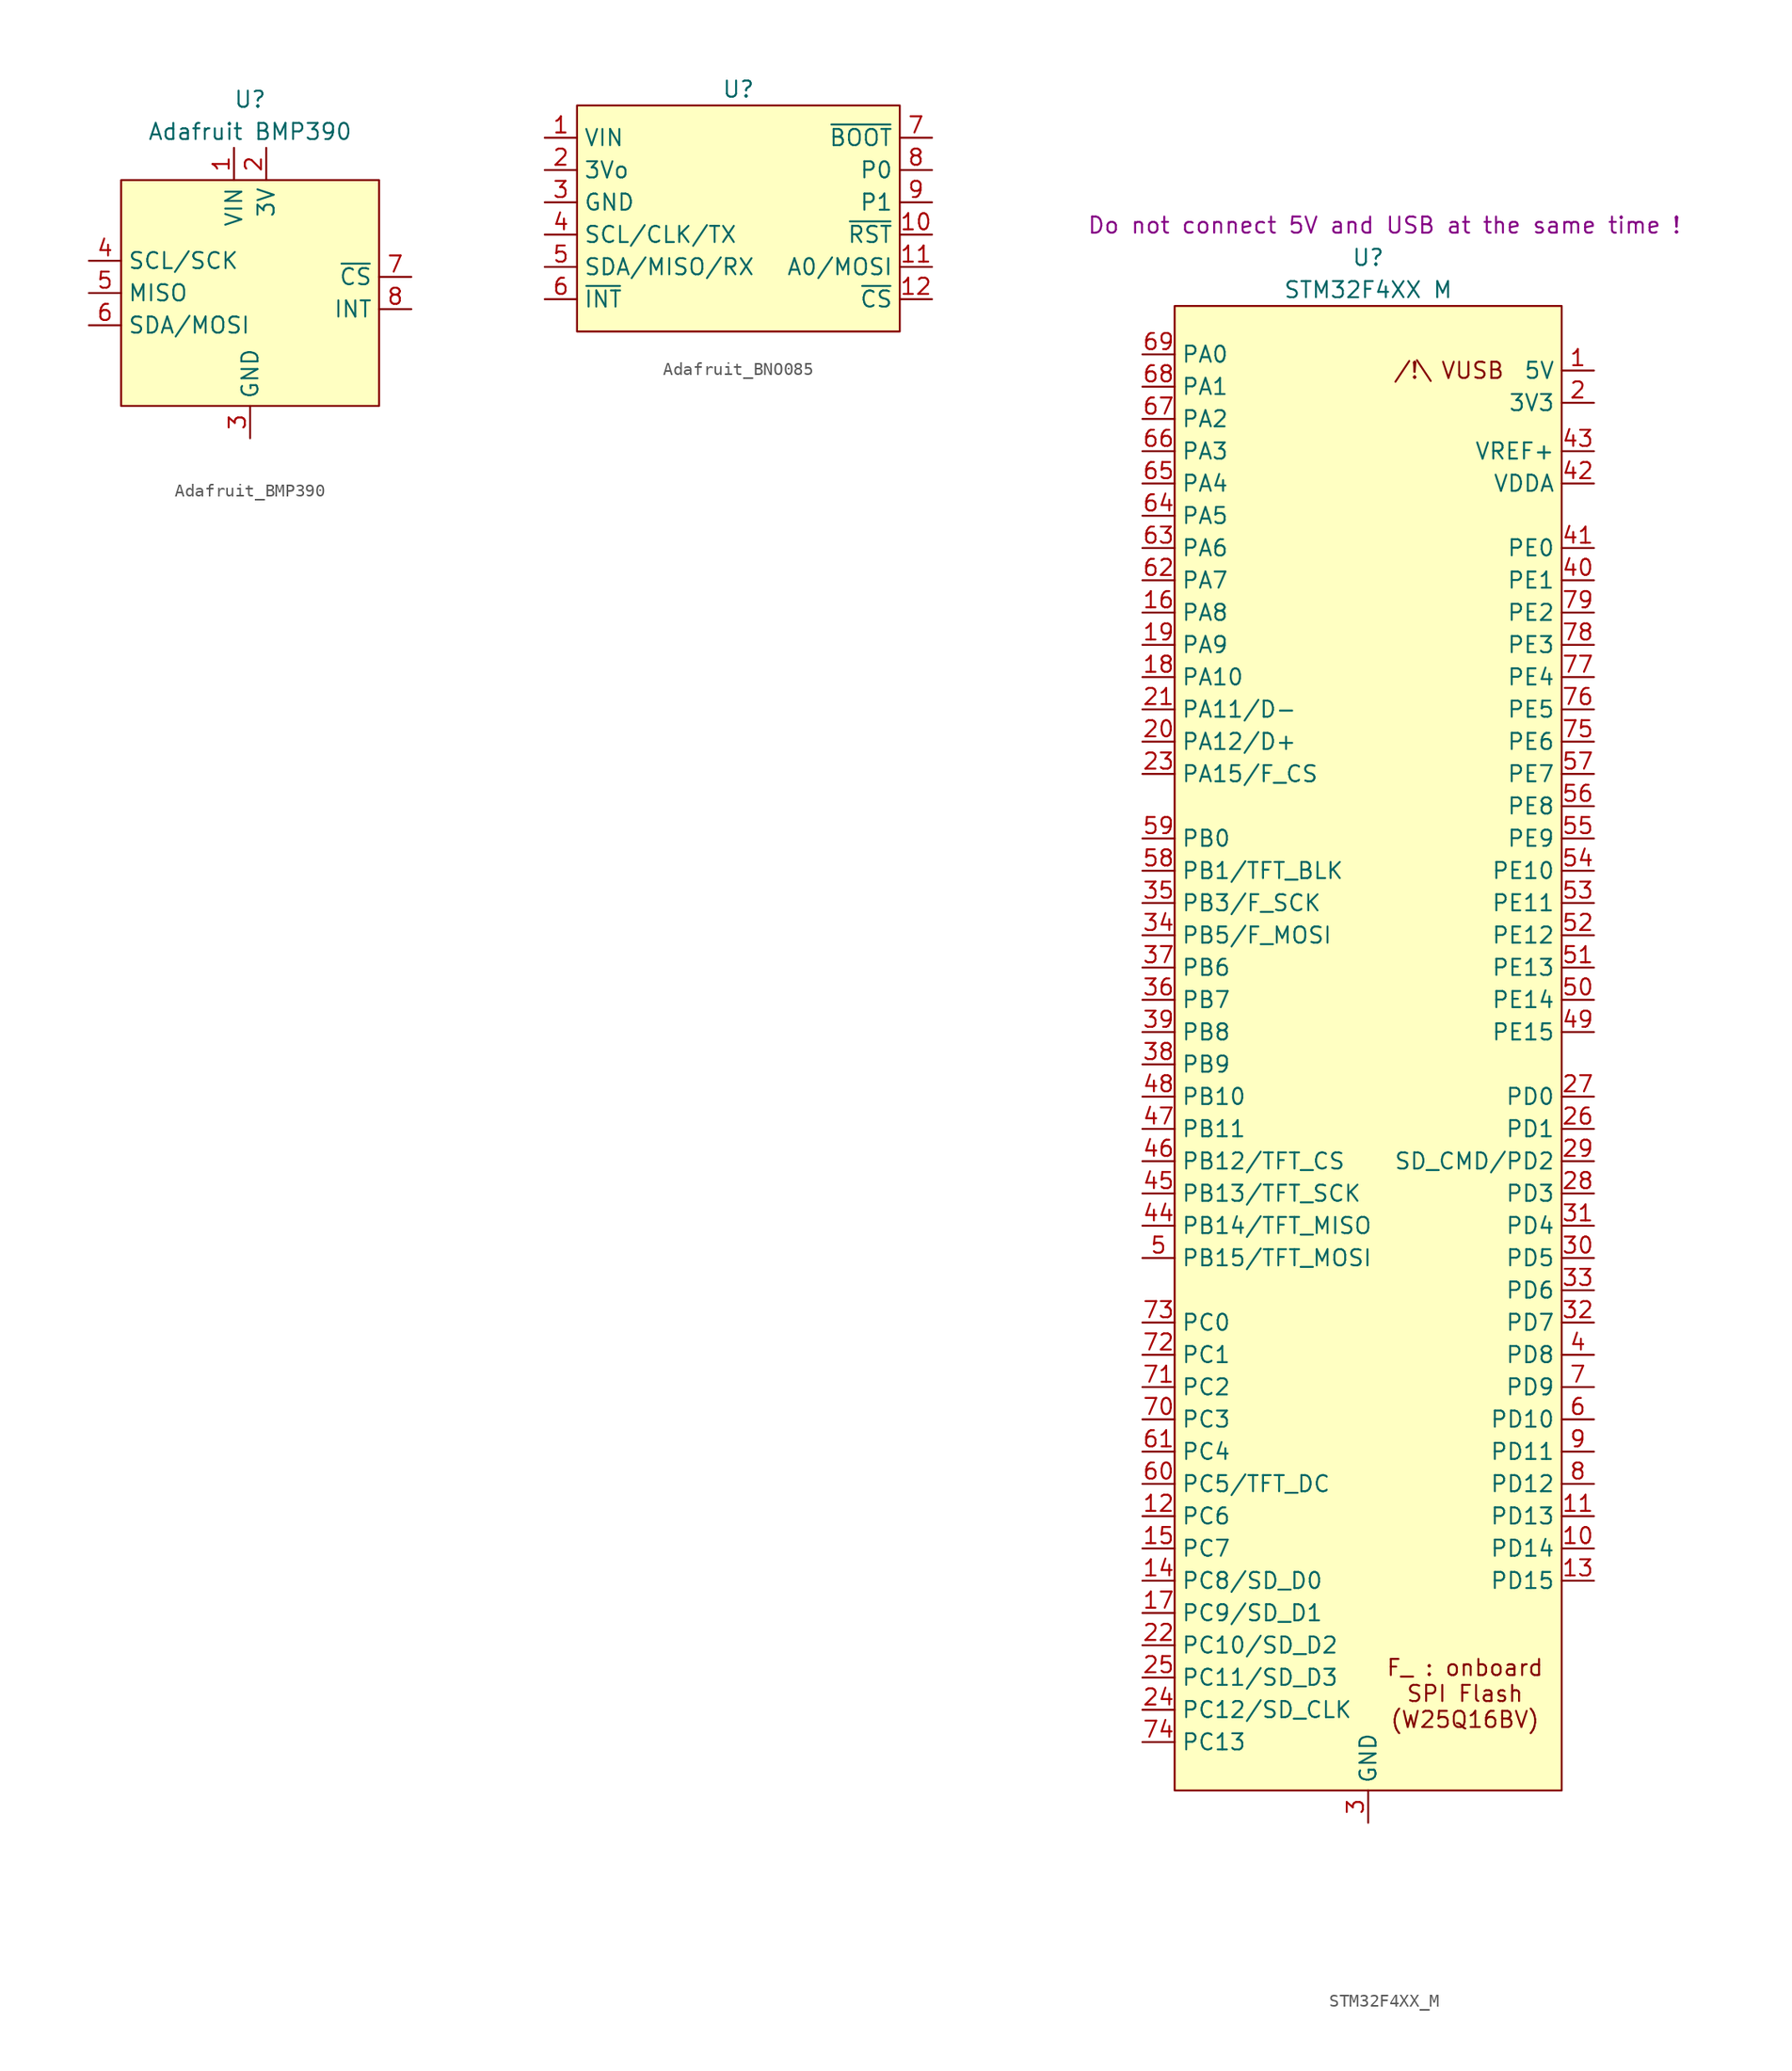
<source format=kicad_sym>
(kicad_symbol_lib
  (version 20220914)
  (generator kicad_symbol_editor)
  (symbol "Adafruit_BMP390"
    (property "Reference" "U"
      (at 0 11.43 0)
      (effects (font (size 1.27 1.27))))
    (property "Value" "Adafruit BMP390"
      (at 0 8.89 0)
      (effects (font (size 1.27 1.27))))
    (symbol "Adafruit_BMP390_1_1"
      (rectangle (start -10.16 5.08) (end 10.16 -12.7) (stroke (width 0) (type default)) (fill (type background)))
      (pin power_in line (at -1.27 7.62 270) (length 2.54) (name "VIN" (effects (font (size 1.27 1.27)))) (number "1" (effects (font (size 1.27 1.27)))))
      (pin power_out line (at 1.27 7.62 270) (length 2.54) (name "3V" (effects (font (size 1.27 1.27)))) (number "2" (effects (font (size 1.27 1.27)))))
      (pin power_in line (at 0 -15.24 90) (length 2.54) (name "GND" (effects (font (size 1.27 1.27)))) (number "3" (effects (font (size 1.27 1.27)))))
      (pin input line (at -12.7 -1.27 0) (length 2.54) (name "SCL/SCK" (effects (font (size 1.27 1.27)))) (number "4" (effects (font (size 1.27 1.27)))))
      (pin output line (at -12.7 -3.81 0) (length 2.54) (name "MISO" (effects (font (size 1.27 1.27)))) (number "5" (effects (font (size 1.27 1.27)))))
      (pin bidirectional line (at -12.7 -6.35 0) (length 2.54) (name "SDA/MOSI" (effects (font (size 1.27 1.27)))) (number "6" (effects (font (size 1.27 1.27)))))
      (pin input line (at 12.7 -2.54 180) (length 2.54) (name "~{CS}" (effects (font (size 1.27 1.27)))) (number "7" (effects (font (size 1.27 1.27)))))
      (pin output line (at 12.7 -5.08 180) (length 2.54) (name "INT" (effects (font (size 1.27 1.27)))) (number "8" (effects (font (size 1.27 1.27)))))))
  (symbol "Adafruit_BNO085"
    (property "Reference" "U"
      (at 0 13.97 0)
      (effects (font (size 1.27 1.27))))
    (property "Value" ""
      (at -2.54 0 0)
      (effects (font (size 1.27 1.27))))
    (symbol "Adafruit_BNO085_1_1"
      (rectangle (start -12.7 12.7) (end 12.7 -5.08) (stroke (width 0) (type default)) (fill (type background)))
      (pin power_in line (at -15.24 10.16 0) (length 2.54) (name "VIN" (effects (font (size 1.27 1.27)))) (number "1" (effects (font (size 1.27 1.27)))))
      (pin input line (at 15.24 2.54 180) (length 2.54) (name "~{RST}" (effects (font (size 1.27 1.27)))) (number "10" (effects (font (size 1.27 1.27)))))
      (pin input line (at 15.24 0 180) (length 2.54) (name "A0/MOSI" (effects (font (size 1.27 1.27)))) (number "11" (effects (font (size 1.27 1.27)))))
      (pin input line (at 15.24 -2.54 180) (length 2.54) (name "~{CS}" (effects (font (size 1.27 1.27)))) (number "12" (effects (font (size 1.27 1.27)))))
      (pin power_out line (at -15.24 7.62 0) (length 2.54) (name "3Vo" (effects (font (size 1.27 1.27)))) (number "2" (effects (font (size 1.27 1.27)))))
      (pin power_in line (at -15.24 5.08 0) (length 2.54) (name "GND" (effects (font (size 1.27 1.27)))) (number "3" (effects (font (size 1.27 1.27)))))
      (pin input line (at -15.24 2.54 0) (length 2.54) (name "SCL/CLK/TX" (effects (font (size 1.27 1.27)))) (number "4" (effects (font (size 1.27 1.27)))))
      (pin bidirectional line (at -15.24 0 0) (length 2.54) (name "SDA/MISO/RX" (effects (font (size 1.27 1.27)))) (number "5" (effects (font (size 1.27 1.27)))))
      (pin output line (at -15.24 -2.54 0) (length 2.54) (name "~{INT}" (effects (font (size 1.27 1.27)))) (number "6" (effects (font (size 1.27 1.27)))))
      (pin input line (at 15.24 10.16 180) (length 2.54) (name "~{BOOT}" (effects (font (size 1.27 1.27)))) (number "7" (effects (font (size 1.27 1.27)))))
      (pin input line (at 15.24 7.62 180) (length 2.54) (name "P0" (effects (font (size 1.27 1.27)))) (number "8" (effects (font (size 1.27 1.27)))))
      (pin input line (at 15.24 5.08 180) (length 2.54) (name "P1" (effects (font (size 1.27 1.27)))) (number "9" (effects (font (size 1.27 1.27)))))))
  (symbol "STM32F4XX_M"
    (property "Reference" "U"
      (at 0 62.23 0)
      (effects (font (size 1.27 1.27))))
    (property "Value" "STM32F4XX M"
      (at 0 59.69 0)
      (effects (font (size 1.27 1.27))))
    (property "Note d'intégration" "Do not connect 5V and USB at the same time !"
      (at 1.27 64.77 0)
      (effects (font (size 1.27 1.27))))
    (symbol "STM32F4XX_M_1_1"
      (rectangle (start -15.24 58.42) (end 15.24 -58.42) (stroke (width 0) (type default)) (fill (type background)))
      (text "/!\\ VUSB\n" (at 6.35 53.34 0) (effects (font (size 1.27 1.27))))
      (text "F_ : onboard\nSPI Flash\n(W25Q16BV)" (at 7.62 -50.8 0) (effects (font (size 1.27 1.27))))
      (pin power_in line (at 17.78 53.34 180) (length 2.54) (name "5V" (effects (font (size 1.27 1.27)))) (number "1" (effects (font (size 1.27 1.27)))))
      (pin bidirectional line (at 17.78 -39.37 180) (length 2.54) (name "PD14" (effects (font (size 1.27 1.27)))) (number "10" (effects (font (size 1.27 1.27)))))
      (pin bidirectional line (at 17.78 -36.83 180) (length 2.54) (name "PD13" (effects (font (size 1.27 1.27)))) (number "11" (effects (font (size 1.27 1.27)))))
      (pin bidirectional line (at -17.78 -36.83 0) (length 2.54) (name "PC6" (effects (font (size 1.27 1.27)))) (number "12" (effects (font (size 1.27 1.27)))))
      (pin bidirectional line (at 17.78 -41.91 180) (length 2.54) (name "PD15" (effects (font (size 1.27 1.27)))) (number "13" (effects (font (size 1.27 1.27)))))
      (pin bidirectional line (at -17.78 -41.91 0) (length 2.54) (name "PC8/SD_D0" (effects (font (size 1.27 1.27)))) (number "14" (effects (font (size 1.27 1.27)))))
      (pin bidirectional line (at -17.78 -39.37 0) (length 2.54) (name "PC7" (effects (font (size 1.27 1.27)))) (number "15" (effects (font (size 1.27 1.27)))))
      (pin bidirectional line (at -17.78 34.29 0) (length 2.54) (name "PA8" (effects (font (size 1.27 1.27)))) (number "16" (effects (font (size 1.27 1.27)))))
      (pin bidirectional line (at -17.78 -44.45 0) (length 2.54) (name "PC9/SD_D1" (effects (font (size 1.27 1.27)))) (number "17" (effects (font (size 1.27 1.27)))))
      (pin bidirectional line (at -17.78 29.21 0) (length 2.54) (name "PA10" (effects (font (size 1.27 1.27)))) (number "18" (effects (font (size 1.27 1.27)))))
      (pin bidirectional line (at -17.78 31.75 0) (length 2.54) (name "PA9" (effects (font (size 1.27 1.27)))) (number "19" (effects (font (size 1.27 1.27)))))
      (pin power_in line (at 17.78 50.8 180) (length 2.54) (name "3V3" (effects (font (size 1.27 1.27)))) (number "2" (effects (font (size 1.27 1.27)))))
      (pin bidirectional line (at -17.78 24.13 0) (length 2.54) (name "PA12/D+" (effects (font (size 1.27 1.27)))) (number "20" (effects (font (size 1.27 1.27)))))
      (pin bidirectional line (at -17.78 26.67 0) (length 2.54) (name "PA11/D-" (effects (font (size 1.27 1.27)))) (number "21" (effects (font (size 1.27 1.27)))))
      (pin bidirectional line (at -17.78 -46.99 0) (length 2.54) (name "PC10/SD_D2" (effects (font (size 1.27 1.27)))) (number "22" (effects (font (size 1.27 1.27)))))
      (pin bidirectional line (at -17.78 21.59 0) (length 2.54) (name "PA15/F_CS" (effects (font (size 1.27 1.27)))) (number "23" (effects (font (size 1.27 1.27)))))
      (pin bidirectional line (at -17.78 -52.07 0) (length 2.54) (name "PC12/SD_CLK" (effects (font (size 1.27 1.27)))) (number "24" (effects (font (size 1.27 1.27)))))
      (pin bidirectional line (at -17.78 -49.53 0) (length 2.54) (name "PC11/SD_D3" (effects (font (size 1.27 1.27)))) (number "25" (effects (font (size 1.27 1.27)))))
      (pin bidirectional line (at 17.78 -6.35 180) (length 2.54) (name "PD1" (effects (font (size 1.27 1.27)))) (number "26" (effects (font (size 1.27 1.27)))))
      (pin bidirectional line (at 17.78 -3.81 180) (length 2.54) (name "PD0" (effects (font (size 1.27 1.27)))) (number "27" (effects (font (size 1.27 1.27)))))
      (pin bidirectional line (at 17.78 -11.43 180) (length 2.54) (name "PD3" (effects (font (size 1.27 1.27)))) (number "28" (effects (font (size 1.27 1.27)))))
      (pin bidirectional line (at 17.78 -8.89 180) (length 2.54) (name "SD_CMD/PD2" (effects (font (size 1.27 1.27)))) (number "29" (effects (font (size 1.27 1.27)))))
      (pin power_in line (at 0 -60.96 90) (length 2.54) (name "GND" (effects (font (size 1.27 1.27)))) (number "3" (effects (font (size 1.27 1.27)))))
      (pin bidirectional line (at 17.78 -16.51 180) (length 2.54) (name "PD5" (effects (font (size 1.27 1.27)))) (number "30" (effects (font (size 1.27 1.27)))))
      (pin bidirectional line (at 17.78 -13.97 180) (length 2.54) (name "PD4" (effects (font (size 1.27 1.27)))) (number "31" (effects (font (size 1.27 1.27)))))
      (pin bidirectional line (at 17.78 -21.59 180) (length 2.54) (name "PD7" (effects (font (size 1.27 1.27)))) (number "32" (effects (font (size 1.27 1.27)))))
      (pin bidirectional line (at 17.78 -19.05 180) (length 2.54) (name "PD6" (effects (font (size 1.27 1.27)))) (number "33" (effects (font (size 1.27 1.27)))))
      (pin bidirectional line (at -17.78 8.89 0) (length 2.54) (name "PB5/F_MOSI" (effects (font (size 1.27 1.27)))) (number "34" (effects (font (size 1.27 1.27)))))
      (pin bidirectional line (at -17.78 11.43 0) (length 2.54) (name "PB3/F_SCK" (effects (font (size 1.27 1.27)))) (number "35" (effects (font (size 1.27 1.27)))))
      (pin bidirectional line (at -17.78 3.81 0) (length 2.54) (name "PB7" (effects (font (size 1.27 1.27)))) (number "36" (effects (font (size 1.27 1.27)))))
      (pin bidirectional line (at -17.78 6.35 0) (length 2.54) (name "PB6" (effects (font (size 1.27 1.27)))) (number "37" (effects (font (size 1.27 1.27)))))
      (pin bidirectional line (at -17.78 -1.27 0) (length 2.54) (name "PB9" (effects (font (size 1.27 1.27)))) (number "38" (effects (font (size 1.27 1.27)))))
      (pin bidirectional line (at -17.78 1.27 0) (length 2.54) (name "PB8" (effects (font (size 1.27 1.27)))) (number "39" (effects (font (size 1.27 1.27)))))
      (pin bidirectional line (at 17.78 -24.13 180) (length 2.54) (name "PD8" (effects (font (size 1.27 1.27)))) (number "4" (effects (font (size 1.27 1.27)))))
      (pin bidirectional line (at 17.78 36.83 180) (length 2.54) (name "PE1" (effects (font (size 1.27 1.27)))) (number "40" (effects (font (size 1.27 1.27)))))
      (pin bidirectional line (at 17.78 39.37 180) (length 2.54) (name "PE0" (effects (font (size 1.27 1.27)))) (number "41" (effects (font (size 1.27 1.27)))))
      (pin input line (at 17.78 44.45 180) (length 2.54) (name "VDDA" (effects (font (size 1.27 1.27)))) (number "42" (effects (font (size 1.27 1.27)))))
      (pin input line (at 17.78 46.99 180) (length 2.54) (name "VREF+" (effects (font (size 1.27 1.27)))) (number "43" (effects (font (size 1.27 1.27)))))
      (pin bidirectional line (at -17.78 -13.97 0) (length 2.54) (name "PB14/TFT_MISO" (effects (font (size 1.27 1.27)))) (number "44" (effects (font (size 1.27 1.27)))))
      (pin bidirectional line (at -17.78 -11.43 0) (length 2.54) (name "PB13/TFT_SCK" (effects (font (size 1.27 1.27)))) (number "45" (effects (font (size 1.27 1.27)))))
      (pin bidirectional line (at -17.78 -8.89 0) (length 2.54) (name "PB12/TFT_CS" (effects (font (size 1.27 1.27)))) (number "46" (effects (font (size 1.27 1.27)))))
      (pin bidirectional line (at -17.78 -6.35 0) (length 2.54) (name "PB11" (effects (font (size 1.27 1.27)))) (number "47" (effects (font (size 1.27 1.27)))))
      (pin bidirectional line (at -17.78 -3.81 0) (length 2.54) (name "PB10" (effects (font (size 1.27 1.27)))) (number "48" (effects (font (size 1.27 1.27)))))
      (pin bidirectional line (at 17.78 1.27 180) (length 2.54) (name "PE15" (effects (font (size 1.27 1.27)))) (number "49" (effects (font (size 1.27 1.27)))))
      (pin bidirectional line (at -17.78 -16.51 0) (length 2.54) (name "PB15/TFT_MOSI" (effects (font (size 1.27 1.27)))) (number "5" (effects (font (size 1.27 1.27)))))
      (pin bidirectional line (at 17.78 3.81 180) (length 2.54) (name "PE14" (effects (font (size 1.27 1.27)))) (number "50" (effects (font (size 1.27 1.27)))))
      (pin bidirectional line (at 17.78 6.35 180) (length 2.54) (name "PE13" (effects (font (size 1.27 1.27)))) (number "51" (effects (font (size 1.27 1.27)))))
      (pin bidirectional line (at 17.78 8.89 180) (length 2.54) (name "PE12" (effects (font (size 1.27 1.27)))) (number "52" (effects (font (size 1.27 1.27)))))
      (pin bidirectional line (at 17.78 11.43 180) (length 2.54) (name "PE11" (effects (font (size 1.27 1.27)))) (number "53" (effects (font (size 1.27 1.27)))))
      (pin bidirectional line (at 17.78 13.97 180) (length 2.54) (name "PE10" (effects (font (size 1.27 1.27)))) (number "54" (effects (font (size 1.27 1.27)))))
      (pin bidirectional line (at 17.78 16.51 180) (length 2.54) (name "PE9" (effects (font (size 1.27 1.27)))) (number "55" (effects (font (size 1.27 1.27)))))
      (pin bidirectional line (at 17.78 19.05 180) (length 2.54) (name "PE8" (effects (font (size 1.27 1.27)))) (number "56" (effects (font (size 1.27 1.27)))))
      (pin bidirectional line (at 17.78 21.59 180) (length 2.54) (name "PE7" (effects (font (size 1.27 1.27)))) (number "57" (effects (font (size 1.27 1.27)))))
      (pin bidirectional line (at -17.78 13.97 0) (length 2.54) (name "PB1/TFT_BLK" (effects (font (size 1.27 1.27)))) (number "58" (effects (font (size 1.27 1.27)))))
      (pin bidirectional line (at -17.78 16.51 0) (length 2.54) (name "PB0" (effects (font (size 1.27 1.27)))) (number "59" (effects (font (size 1.27 1.27)))))
      (pin bidirectional line (at 17.78 -29.21 180) (length 2.54) (name "PD10" (effects (font (size 1.27 1.27)))) (number "6" (effects (font (size 1.27 1.27)))))
      (pin bidirectional line (at -17.78 -34.29 0) (length 2.54) (name "PC5/TFT_DC" (effects (font (size 1.27 1.27)))) (number "60" (effects (font (size 1.27 1.27)))))
      (pin bidirectional line (at -17.78 -31.75 0) (length 2.54) (name "PC4" (effects (font (size 1.27 1.27)))) (number "61" (effects (font (size 1.27 1.27)))))
      (pin bidirectional line (at -17.78 36.83 0) (length 2.54) (name "PA7" (effects (font (size 1.27 1.27)))) (number "62" (effects (font (size 1.27 1.27)))))
      (pin bidirectional line (at -17.78 39.37 0) (length 2.54) (name "PA6" (effects (font (size 1.27 1.27)))) (number "63" (effects (font (size 1.27 1.27)))))
      (pin bidirectional line (at -17.78 41.91 0) (length 2.54) (name "PA5" (effects (font (size 1.27 1.27)))) (number "64" (effects (font (size 1.27 1.27)))))
      (pin bidirectional line (at -17.78 44.45 0) (length 2.54) (name "PA4" (effects (font (size 1.27 1.27)))) (number "65" (effects (font (size 1.27 1.27)))))
      (pin bidirectional line (at -17.78 46.99 0) (length 2.54) (name "PA3" (effects (font (size 1.27 1.27)))) (number "66" (effects (font (size 1.27 1.27)))))
      (pin bidirectional line (at -17.78 49.53 0) (length 2.54) (name "PA2" (effects (font (size 1.27 1.27)))) (number "67" (effects (font (size 1.27 1.27)))))
      (pin bidirectional line (at -17.78 52.07 0) (length 2.54) (name "PA1" (effects (font (size 1.27 1.27)))) (number "68" (effects (font (size 1.27 1.27)))))
      (pin bidirectional line (at -17.78 54.61 0) (length 2.54) (name "PA0" (effects (font (size 1.27 1.27)))) (number "69" (effects (font (size 1.27 1.27)))))
      (pin bidirectional line (at 17.78 -26.67 180) (length 2.54) (name "PD9" (effects (font (size 1.27 1.27)))) (number "7" (effects (font (size 1.27 1.27)))))
      (pin bidirectional line (at -17.78 -29.21 0) (length 2.54) (name "PC3" (effects (font (size 1.27 1.27)))) (number "70" (effects (font (size 1.27 1.27)))))
      (pin bidirectional line (at -17.78 -26.67 0) (length 2.54) (name "PC2" (effects (font (size 1.27 1.27)))) (number "71" (effects (font (size 1.27 1.27)))))
      (pin bidirectional line (at -17.78 -24.13 0) (length 2.54) (name "PC1" (effects (font (size 1.27 1.27)))) (number "72" (effects (font (size 1.27 1.27)))))
      (pin bidirectional line (at -17.78 -21.59 0) (length 2.54) (name "PC0" (effects (font (size 1.27 1.27)))) (number "73" (effects (font (size 1.27 1.27)))))
      (pin bidirectional line (at -17.78 -54.61 0) (length 2.54) (name "PC13" (effects (font (size 1.27 1.27)))) (number "74" (effects (font (size 1.27 1.27)))))
      (pin bidirectional line (at 17.78 24.13 180) (length 2.54) (name "PE6" (effects (font (size 1.27 1.27)))) (number "75" (effects (font (size 1.27 1.27)))))
      (pin bidirectional line (at 17.78 26.67 180) (length 2.54) (name "PE5" (effects (font (size 1.27 1.27)))) (number "76" (effects (font (size 1.27 1.27)))))
      (pin bidirectional line (at 17.78 29.21 180) (length 2.54) (name "PE4" (effects (font (size 1.27 1.27)))) (number "77" (effects (font (size 1.27 1.27)))))
      (pin bidirectional line (at 17.78 31.75 180) (length 2.54) (name "PE3" (effects (font (size 1.27 1.27)))) (number "78" (effects (font (size 1.27 1.27)))))
      (pin bidirectional line (at 17.78 34.29 180) (length 2.54) (name "PE2" (effects (font (size 1.27 1.27)))) (number "79" (effects (font (size 1.27 1.27)))))
      (pin bidirectional line (at 17.78 -34.29 180) (length 2.54) (name "PD12" (effects (font (size 1.27 1.27)))) (number "8" (effects (font (size 1.27 1.27)))))
      (pin bidirectional line (at 17.78 -31.75 180) (length 2.54) (name "PD11" (effects (font (size 1.27 1.27)))) (number "9" (effects (font (size 1.27 1.27))))))))
</source>
